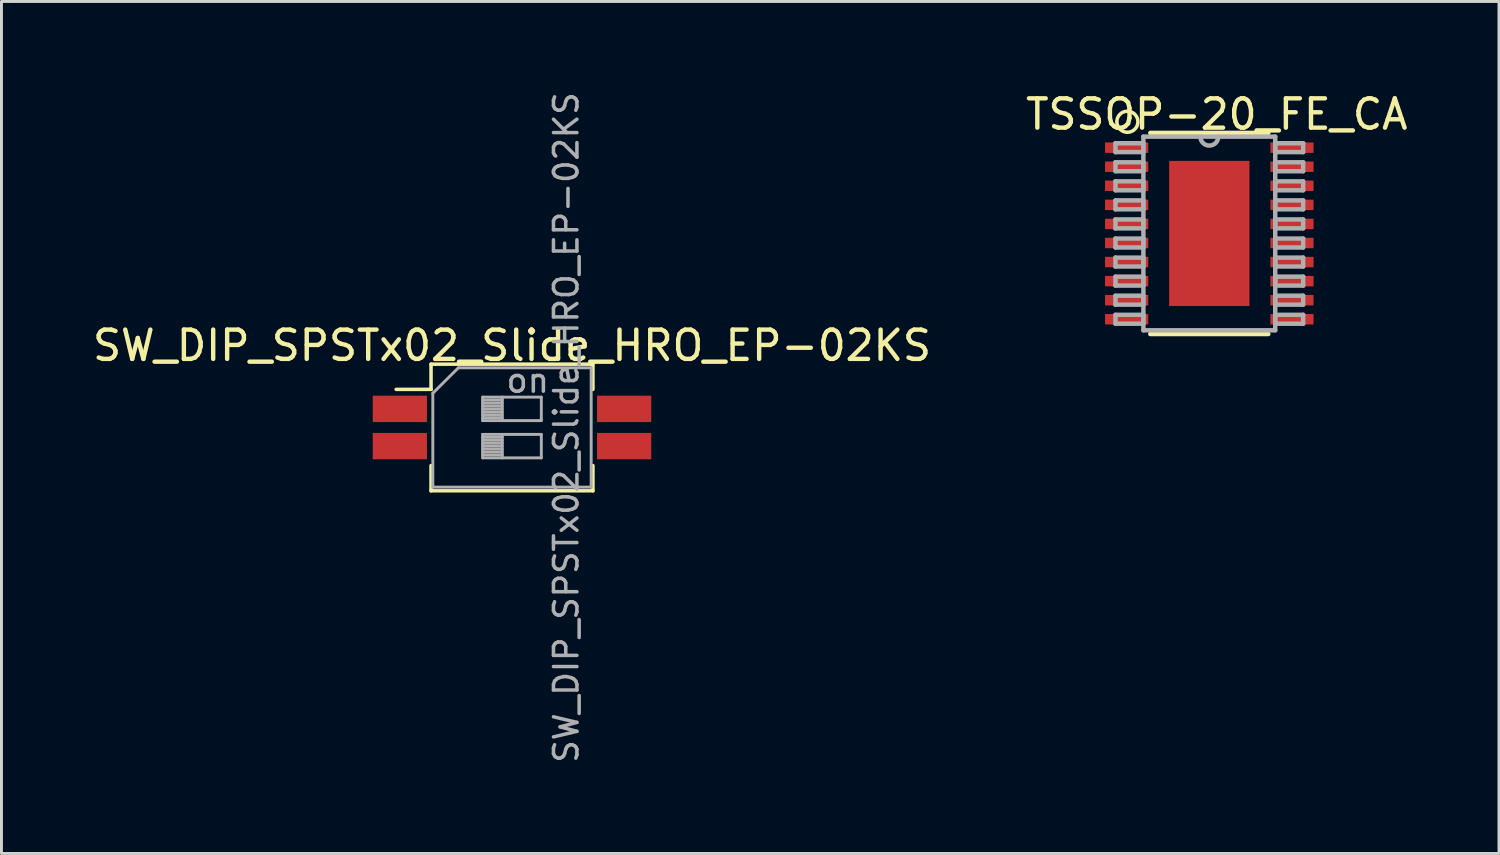
<source format=kicad_pcb>
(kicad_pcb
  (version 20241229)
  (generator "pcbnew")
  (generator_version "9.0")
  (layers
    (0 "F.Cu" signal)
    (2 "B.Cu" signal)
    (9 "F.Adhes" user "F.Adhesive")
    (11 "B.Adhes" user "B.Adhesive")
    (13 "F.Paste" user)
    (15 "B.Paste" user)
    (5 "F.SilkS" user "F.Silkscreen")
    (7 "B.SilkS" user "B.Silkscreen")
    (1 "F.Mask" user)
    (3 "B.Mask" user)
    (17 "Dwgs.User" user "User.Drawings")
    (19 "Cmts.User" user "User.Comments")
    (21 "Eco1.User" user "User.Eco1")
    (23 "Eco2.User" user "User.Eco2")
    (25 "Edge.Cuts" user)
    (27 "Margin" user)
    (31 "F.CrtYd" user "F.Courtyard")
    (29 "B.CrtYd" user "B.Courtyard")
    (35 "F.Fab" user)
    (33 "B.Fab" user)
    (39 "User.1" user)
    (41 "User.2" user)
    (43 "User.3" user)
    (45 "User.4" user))
  (footprint "TSSOP-20_FE_CA"
    (layer "F.Cu")
    (at 38.192 4.912)
    (property "Reference" "TSSOP-20_FE_CA" (at 0.254 -4.064 0) (layer "F.SilkS") (effects (font (size 1 1) (thickness 0.15))))
    (attr smd)
    (fp_line (start -2.012 3.429) (end 2.012 3.429) (stroke (width 0.152) (type solid)) (layer "F.SilkS"))
    (fp_line (start 2.012 -3.429) (end -2.012 -3.429) (stroke (width 0.152) (type solid)) (layer "F.SilkS"))
    (fp_circle (center -2.794 -3.81) (end -2.54 -3.556) (stroke (width 0.12) (type solid)) (fill no) (layer "F.SilkS"))
    (fp_line (start -3.2 -3.078) (end -3.2 -2.774) (stroke (width 0.152) (type solid)) (layer "F.Fab"))
    (fp_line (start -3.2 -2.774) (end -2.248 -2.774) (stroke (width 0.152) (type solid)) (layer "F.Fab"))
    (fp_line (start -3.2 -2.428) (end -3.2 -2.123) (stroke (width 0.152) (type solid)) (layer "F.Fab"))
    (fp_line (start -3.2 -2.123) (end -2.248 -2.123) (stroke (width 0.152) (type solid)) (layer "F.Fab"))
    (fp_line (start -3.2 -1.778) (end -3.2 -1.473) (stroke (width 0.152) (type solid)) (layer "F.Fab"))
    (fp_line (start -3.2 -1.473) (end -2.248 -1.473) (stroke (width 0.152) (type solid)) (layer "F.Fab"))
    (fp_line (start -3.2 -1.128) (end -3.2 -0.823) (stroke (width 0.152) (type solid)) (layer "F.Fab"))
    (fp_line (start -3.2 -0.823) (end -2.248 -0.823) (stroke (width 0.152) (type solid)) (layer "F.Fab"))
    (fp_line (start -3.2 -0.478) (end -3.2 -0.173) (stroke (width 0.152) (type solid)) (layer "F.Fab"))
    (fp_line (start -3.2 -0.173) (end -2.248 -0.173) (stroke (width 0.152) (type solid)) (layer "F.Fab"))
    (fp_line (start -3.2 0.173) (end -3.2 0.478) (stroke (width 0.152) (type solid)) (layer "F.Fab"))
    (fp_line (start -3.2 0.478) (end -2.248 0.478) (stroke (width 0.152) (type solid)) (layer "F.Fab"))
    (fp_line (start -3.2 0.823) (end -3.2 1.128) (stroke (width 0.152) (type solid)) (layer "F.Fab"))
    (fp_line (start -3.2 1.128) (end -2.248 1.128) (stroke (width 0.152) (type solid)) (layer "F.Fab"))
    (fp_line (start -3.2 1.473) (end -3.2 1.778) (stroke (width 0.152) (type solid)) (layer "F.Fab"))
    (fp_line (start -3.2 1.778) (end -2.248 1.778) (stroke (width 0.152) (type solid)) (layer "F.Fab"))
    (fp_line (start -3.2 2.123) (end -3.2 2.428) (stroke (width 0.152) (type solid)) (layer "F.Fab"))
    (fp_line (start -3.2 2.428) (end -2.248 2.428) (stroke (width 0.152) (type solid)) (layer "F.Fab"))
    (fp_line (start -3.2 2.774) (end -3.2 3.078) (stroke (width 0.152) (type solid)) (layer "F.Fab"))
    (fp_line (start -3.2 3.078) (end -2.248 3.078) (stroke (width 0.152) (type solid)) (layer "F.Fab"))
    (fp_line (start -2.248 -3.302) (end -2.248 3.302) (stroke (width 0.152) (type solid)) (layer "F.Fab"))
    (fp_line (start -2.248 -3.078) (end -3.2 -3.078) (stroke (width 0.152) (type solid)) (layer "F.Fab"))
    (fp_line (start -2.248 -2.774) (end -2.248 -3.078) (stroke (width 0.152) (type solid)) (layer "F.Fab"))
    (fp_line (start -2.248 -2.428) (end -3.2 -2.428) (stroke (width 0.152) (type solid)) (layer "F.Fab"))
    (fp_line (start -2.248 -2.123) (end -2.248 -2.428) (stroke (width 0.152) (type solid)) (layer "F.Fab"))
    (fp_line (start -2.248 -1.778) (end -3.2 -1.778) (stroke (width 0.152) (type solid)) (layer "F.Fab"))
    (fp_line (start -2.248 -1.473) (end -2.248 -1.778) (stroke (width 0.152) (type solid)) (layer "F.Fab"))
    (fp_line (start -2.248 -1.128) (end -3.2 -1.128) (stroke (width 0.152) (type solid)) (layer "F.Fab"))
    (fp_line (start -2.248 -0.823) (end -2.248 -1.128) (stroke (width 0.152) (type solid)) (layer "F.Fab"))
    (fp_line (start -2.248 -0.478) (end -3.2 -0.478) (stroke (width 0.152) (type solid)) (layer "F.Fab"))
    (fp_line (start -2.248 -0.173) (end -2.248 -0.478) (stroke (width 0.152) (type solid)) (layer "F.Fab"))
    (fp_line (start -2.248 0.173) (end -3.2 0.173) (stroke (width 0.152) (type solid)) (layer "F.Fab"))
    (fp_line (start -2.248 0.478) (end -2.248 0.173) (stroke (width 0.152) (type solid)) (layer "F.Fab"))
    (fp_line (start -2.248 0.823) (end -3.2 0.823) (stroke (width 0.152) (type solid)) (layer "F.Fab"))
    (fp_line (start -2.248 1.128) (end -2.248 0.823) (stroke (width 0.152) (type solid)) (layer "F.Fab"))
    (fp_line (start -2.248 1.473) (end -3.2 1.473) (stroke (width 0.152) (type solid)) (layer "F.Fab"))
    (fp_line (start -2.248 1.778) (end -2.248 1.473) (stroke (width 0.152) (type solid)) (layer "F.Fab"))
    (fp_line (start -2.248 2.123) (end -3.2 2.123) (stroke (width 0.152) (type solid)) (layer "F.Fab"))
    (fp_line (start -2.248 2.428) (end -2.248 2.123) (stroke (width 0.152) (type solid)) (layer "F.Fab"))
    (fp_line (start -2.248 2.774) (end -3.2 2.774) (stroke (width 0.152) (type solid)) (layer "F.Fab"))
    (fp_line (start -2.248 3.078) (end -2.248 2.774) (stroke (width 0.152) (type solid)) (layer "F.Fab"))
    (fp_line (start -2.248 3.302) (end 2.248 3.302) (stroke (width 0.152) (type solid)) (layer "F.Fab"))
    (fp_line (start 2.248 -3.302) (end -2.248 -3.302) (stroke (width 0.152) (type solid)) (layer "F.Fab"))
    (fp_line (start 2.248 -3.078) (end 2.248 -2.774) (stroke (width 0.152) (type solid)) (layer "F.Fab"))
    (fp_line (start 2.248 -2.774) (end 3.2 -2.774) (stroke (width 0.152) (type solid)) (layer "F.Fab"))
    (fp_line (start 2.248 -2.428) (end 2.248 -2.123) (stroke (width 0.152) (type solid)) (layer "F.Fab"))
    (fp_line (start 2.248 -2.123) (end 3.2 -2.123) (stroke (width 0.152) (type solid)) (layer "F.Fab"))
    (fp_line (start 2.248 -1.778) (end 2.248 -1.473) (stroke (width 0.152) (type solid)) (layer "F.Fab"))
    (fp_line (start 2.248 -1.473) (end 3.2 -1.473) (stroke (width 0.152) (type solid)) (layer "F.Fab"))
    (fp_line (start 2.248 -1.128) (end 2.248 -0.823) (stroke (width 0.152) (type solid)) (layer "F.Fab"))
    (fp_line (start 2.248 -0.823) (end 3.2 -0.823) (stroke (width 0.152) (type solid)) (layer "F.Fab"))
    (fp_line (start 2.248 -0.478) (end 2.248 -0.173) (stroke (width 0.152) (type solid)) (layer "F.Fab"))
    (fp_line (start 2.248 -0.173) (end 3.2 -0.173) (stroke (width 0.152) (type solid)) (layer "F.Fab"))
    (fp_line (start 2.248 0.173) (end 2.248 0.478) (stroke (width 0.152) (type solid)) (layer "F.Fab"))
    (fp_line (start 2.248 0.478) (end 3.2 0.478) (stroke (width 0.152) (type solid)) (layer "F.Fab"))
    (fp_line (start 2.248 0.823) (end 2.248 1.128) (stroke (width 0.152) (type solid)) (layer "F.Fab"))
    (fp_line (start 2.248 1.128) (end 3.2 1.128) (stroke (width 0.152) (type solid)) (layer "F.Fab"))
    (fp_line (start 2.248 1.473) (end 2.248 1.778) (stroke (width 0.152) (type solid)) (layer "F.Fab"))
    (fp_line (start 2.248 1.778) (end 3.2 1.778) (stroke (width 0.152) (type solid)) (layer "F.Fab"))
    (fp_line (start 2.248 2.123) (end 2.248 2.428) (stroke (width 0.152) (type solid)) (layer "F.Fab"))
    (fp_line (start 2.248 2.428) (end 3.2 2.428) (stroke (width 0.152) (type solid)) (layer "F.Fab"))
    (fp_line (start 2.248 2.774) (end 2.248 3.078) (stroke (width 0.152) (type solid)) (layer "F.Fab"))
    (fp_line (start 2.248 3.078) (end 3.2 3.078) (stroke (width 0.152) (type solid)) (layer "F.Fab"))
    (fp_line (start 2.248 3.302) (end 2.248 -3.302) (stroke (width 0.152) (type solid)) (layer "F.Fab"))
    (fp_line (start 3.2 -3.078) (end 2.248 -3.078) (stroke (width 0.152) (type solid)) (layer "F.Fab"))
    (fp_line (start 3.2 -2.774) (end 3.2 -3.078) (stroke (width 0.152) (type solid)) (layer "F.Fab"))
    (fp_line (start 3.2 -2.428) (end 2.248 -2.428) (stroke (width 0.152) (type solid)) (layer "F.Fab"))
    (fp_line (start 3.2 -2.123) (end 3.2 -2.428) (stroke (width 0.152) (type solid)) (layer "F.Fab"))
    (fp_line (start 3.2 -1.778) (end 2.248 -1.778) (stroke (width 0.152) (type solid)) (layer "F.Fab"))
    (fp_line (start 3.2 -1.473) (end 3.2 -1.778) (stroke (width 0.152) (type solid)) (layer "F.Fab"))
    (fp_line (start 3.2 -1.128) (end 2.248 -1.128) (stroke (width 0.152) (type solid)) (layer "F.Fab"))
    (fp_line (start 3.2 -0.823) (end 3.2 -1.128) (stroke (width 0.152) (type solid)) (layer "F.Fab"))
    (fp_line (start 3.2 -0.478) (end 2.248 -0.478) (stroke (width 0.152) (type solid)) (layer "F.Fab"))
    (fp_line (start 3.2 -0.173) (end 3.2 -0.478) (stroke (width 0.152) (type solid)) (layer "F.Fab"))
    (fp_line (start 3.2 0.173) (end 2.248 0.173) (stroke (width 0.152) (type solid)) (layer "F.Fab"))
    (fp_line (start 3.2 0.478) (end 3.2 0.173) (stroke (width 0.152) (type solid)) (layer "F.Fab"))
    (fp_line (start 3.2 0.823) (end 2.248 0.823) (stroke (width 0.152) (type solid)) (layer "F.Fab"))
    (fp_line (start 3.2 1.128) (end 3.2 0.823) (stroke (width 0.152) (type solid)) (layer "F.Fab"))
    (fp_line (start 3.2 1.473) (end 2.248 1.473) (stroke (width 0.152) (type solid)) (layer "F.Fab"))
    (fp_line (start 3.2 1.778) (end 3.2 1.473) (stroke (width 0.152) (type solid)) (layer "F.Fab"))
    (fp_line (start 3.2 2.123) (end 2.248 2.123) (stroke (width 0.152) (type solid)) (layer "F.Fab"))
    (fp_line (start 3.2 2.428) (end 3.2 2.123) (stroke (width 0.152) (type solid)) (layer "F.Fab"))
    (fp_line (start 3.2 2.774) (end 2.248 2.774) (stroke (width 0.152) (type solid)) (layer "F.Fab"))
    (fp_line (start 3.2 3.078) (end 3.2 2.774) (stroke (width 0.152) (type solid)) (layer "F.Fab"))
    (fp_arc (start 0.3048 -3.302) (mid 0 -2.9972) (end -0.3048 -3.302) (stroke (width 0.1524) (type solid)) (layer "F.Fab"))
    (pad "1" smd rect (at -2.819 -2.926) (size 1.473 0.356) (layers "F.Cu" "F.Mask" "F.Paste"))
    (pad "2" smd rect (at -2.819 -2.276) (size 1.473 0.356) (layers "F.Cu" "F.Mask" "F.Paste"))
    (pad "3" smd rect (at -2.819 -1.626) (size 1.473 0.356) (layers "F.Cu" "F.Mask" "F.Paste"))
    (pad "4" smd rect (at -2.819 -0.975) (size 1.473 0.356) (layers "F.Cu" "F.Mask" "F.Paste"))
    (pad "5" smd rect (at -2.819 -0.325) (size 1.473 0.356) (layers "F.Cu" "F.Mask" "F.Paste"))
    (pad "6" smd rect (at -2.819 0.325) (size 1.473 0.356) (layers "F.Cu" "F.Mask" "F.Paste"))
    (pad "7" smd rect (at -2.819 0.975) (size 1.473 0.356) (layers "F.Cu" "F.Mask" "F.Paste"))
    (pad "8" smd rect (at -2.819 1.626) (size 1.473 0.356) (layers "F.Cu" "F.Mask" "F.Paste"))
    (pad "9" smd rect (at -2.819 2.276) (size 1.473 0.356) (layers "F.Cu" "F.Mask" "F.Paste"))
    (pad "10" smd rect (at -2.819 2.926) (size 1.473 0.356) (layers "F.Cu" "F.Mask" "F.Paste"))
    (pad "11" smd rect (at 2.819 2.926) (size 1.473 0.356) (layers "F.Cu" "F.Mask" "F.Paste"))
    (pad "12" smd rect (at 2.819 2.276) (size 1.473 0.356) (layers "F.Cu" "F.Mask" "F.Paste"))
    (pad "13" smd rect (at 2.819 1.626) (size 1.473 0.356) (layers "F.Cu" "F.Mask" "F.Paste"))
    (pad "14" smd rect (at 2.819 0.975) (size 1.473 0.356) (layers "F.Cu" "F.Mask" "F.Paste"))
    (pad "15" smd rect (at 2.819 0.325) (size 1.473 0.356) (layers "F.Cu" "F.Mask" "F.Paste"))
    (pad "16" smd rect (at 2.819 -0.325) (size 1.473 0.356) (layers "F.Cu" "F.Mask" "F.Paste"))
    (pad "17" smd rect (at 2.819 -0.975) (size 1.473 0.356) (layers "F.Cu" "F.Mask" "F.Paste"))
    (pad "18" smd rect (at 2.819 -1.626) (size 1.473 0.356) (layers "F.Cu" "F.Mask" "F.Paste"))
    (pad "19" smd rect (at 2.819 -2.276) (size 1.473 0.356) (layers "F.Cu" "F.Mask" "F.Paste"))
    (pad "20" smd rect (at 2.819 -2.926) (size 1.473 0.356) (layers "F.Cu" "F.Mask" "F.Paste"))
    (pad "21" smd rect (at 0 0 180) (size 2.74 4.95) (layers "F.Cu" "F.Mask" "F.Paste")))
  (footprint "SW_DIP_SPSTx02_Slide_HRO_EP-02KS"
    (layer "F.Cu")
    (at 14.411 11.529)
    (property "Reference" "SW_DIP_SPSTx02_Slide_HRO_EP-02KS" (at 0 -2.794 0) (layer "F.SilkS") (effects (font (size 1 1) (thickness 0.15))))
    (attr smd)
    (fp_line (start -3.951 -1.3) (end -2.761 -1.3) (stroke (width 0.12) (type solid)) (layer "F.SilkS"))
    (fp_line (start -2.761 -2.159) (end -2.761 -1.3) (stroke (width 0.12) (type solid)) (layer "F.SilkS"))
    (fp_line (start -2.761 -2.159) (end 2.76 -2.159) (stroke (width 0.12) (type solid)) (layer "F.SilkS"))
    (fp_line (start -2.761 1.3) (end -2.761 2.159) (stroke (width 0.12) (type solid)) (layer "F.SilkS"))
    (fp_line (start -2.761 2.159) (end 2.76 2.159) (stroke (width 0.12) (type solid)) (layer "F.SilkS"))
    (fp_line (start 2.76 -2.159) (end 2.76 -1.3) (stroke (width 0.12) (type solid)) (layer "F.SilkS"))
    (fp_line (start 2.76 1.3) (end 2.76 2.159) (stroke (width 0.12) (type solid)) (layer "F.SilkS"))
    (fp_line (start -2.7 -1.17) (end -1.83 -2.035) (stroke (width 0.1) (type solid)) (layer "F.Fab"))
    (fp_line (start -2.7 2.035) (end -2.7 -1.17) (stroke (width 0.1) (type solid)) (layer "F.Fab"))
    (fp_line (start -1.83 -2.035) (end 2.7 -2.035) (stroke (width 0.1) (type solid)) (layer "F.Fab"))
    (fp_line (start -1 -1.035) (end -1 -0.235) (stroke (width 0.1) (type solid)) (layer "F.Fab"))
    (fp_line (start -1 -0.935) (end -0.333 -0.935) (stroke (width 0.1) (type solid)) (layer "F.Fab"))
    (fp_line (start -1 -0.835) (end -0.333 -0.835) (stroke (width 0.1) (type solid)) (layer "F.Fab"))
    (fp_line (start -1 -0.735) (end -0.333 -0.735) (stroke (width 0.1) (type solid)) (layer "F.Fab"))
    (fp_line (start -1 -0.635) (end -0.333 -0.635) (stroke (width 0.1) (type solid)) (layer "F.Fab"))
    (fp_line (start -1 -0.535) (end -0.333 -0.535) (stroke (width 0.1) (type solid)) (layer "F.Fab"))
    (fp_line (start -1 -0.435) (end -0.333 -0.435) (stroke (width 0.1) (type solid)) (layer "F.Fab"))
    (fp_line (start -1 -0.335) (end -0.333 -0.335) (stroke (width 0.1) (type solid)) (layer "F.Fab"))
    (fp_line (start -1 -0.235) (end 1 -0.235) (stroke (width 0.1) (type solid)) (layer "F.Fab"))
    (fp_line (start -1 0.235) (end -1 1.035) (stroke (width 0.1) (type solid)) (layer "F.Fab"))
    (fp_line (start -1 0.335) (end -0.333 0.335) (stroke (width 0.1) (type solid)) (layer "F.Fab"))
    (fp_line (start -1 0.435) (end -0.333 0.435) (stroke (width 0.1) (type solid)) (layer "F.Fab"))
    (fp_line (start -1 0.535) (end -0.333 0.535) (stroke (width 0.1) (type solid)) (layer "F.Fab"))
    (fp_line (start -1 0.635) (end -0.333 0.635) (stroke (width 0.1) (type solid)) (layer "F.Fab"))
    (fp_line (start -1 0.735) (end -0.333 0.735) (stroke (width 0.1) (type solid)) (layer "F.Fab"))
    (fp_line (start -1 0.835) (end -0.333 0.835) (stroke (width 0.1) (type solid)) (layer "F.Fab"))
    (fp_line (start -1 0.935) (end -0.333 0.935) (stroke (width 0.1) (type solid)) (layer "F.Fab"))
    (fp_line (start -1 1.035) (end 1 1.035) (stroke (width 0.1) (type solid)) (layer "F.Fab"))
    (fp_line (start -0.333 -1.035) (end -0.333 -0.235) (stroke (width 0.1) (type solid)) (layer "F.Fab"))
    (fp_line (start -0.333 0.235) (end -0.333 1.035) (stroke (width 0.1) (type solid)) (layer "F.Fab"))
    (fp_line (start 1 -1.035) (end -1 -1.035) (stroke (width 0.1) (type solid)) (layer "F.Fab"))
    (fp_line (start 1 -0.235) (end 1 -1.035) (stroke (width 0.1) (type solid)) (layer "F.Fab"))
    (fp_line (start 1 0.235) (end -1 0.235) (stroke (width 0.1) (type solid)) (layer "F.Fab"))
    (fp_line (start 1 1.035) (end 1 0.235) (stroke (width 0.1) (type solid)) (layer "F.Fab"))
    (fp_line (start 2.7 -2.035) (end 2.7 2.035) (stroke (width 0.1) (type solid)) (layer "F.Fab"))
    (fp_line (start 2.7 2.035) (end -2.7 2.035) (stroke (width 0.1) (type solid)) (layer "F.Fab"))
    (fp_text user "on" (at 0.537 -1.603 0) (layer "F.Fab") (effects (font (size 0.8 0.8) (thickness 0.12))))
    (fp_text user "${REFERENCE}" (at 1.85 0 90) (layer "F.Fab") (effects (font (size 0.8 0.8) (thickness 0.12))))
    (pad "1" smd rect (at -3.825 -0.635) (size 1.85 0.9) (layers "F.Cu" "F.Mask" "F.Paste"))
    (pad "2" smd rect (at -3.825 0.635) (size 1.85 0.9) (layers "F.Cu" "F.Mask" "F.Paste"))
    (pad "3" smd rect (at 3.825 0.635) (size 1.85 0.9) (layers "F.Cu" "F.Mask" "F.Paste"))
    (pad "4" smd rect (at 3.825 -0.635) (size 1.85 0.9) (layers "F.Cu" "F.Mask" "F.Paste")))
  (gr_rect
    (start -3 -3)
    (end 48.071 26.057)
    (stroke (width 0.1) (type default))
    (fill no)
    (layer "Edge.Cuts")))
</source>
